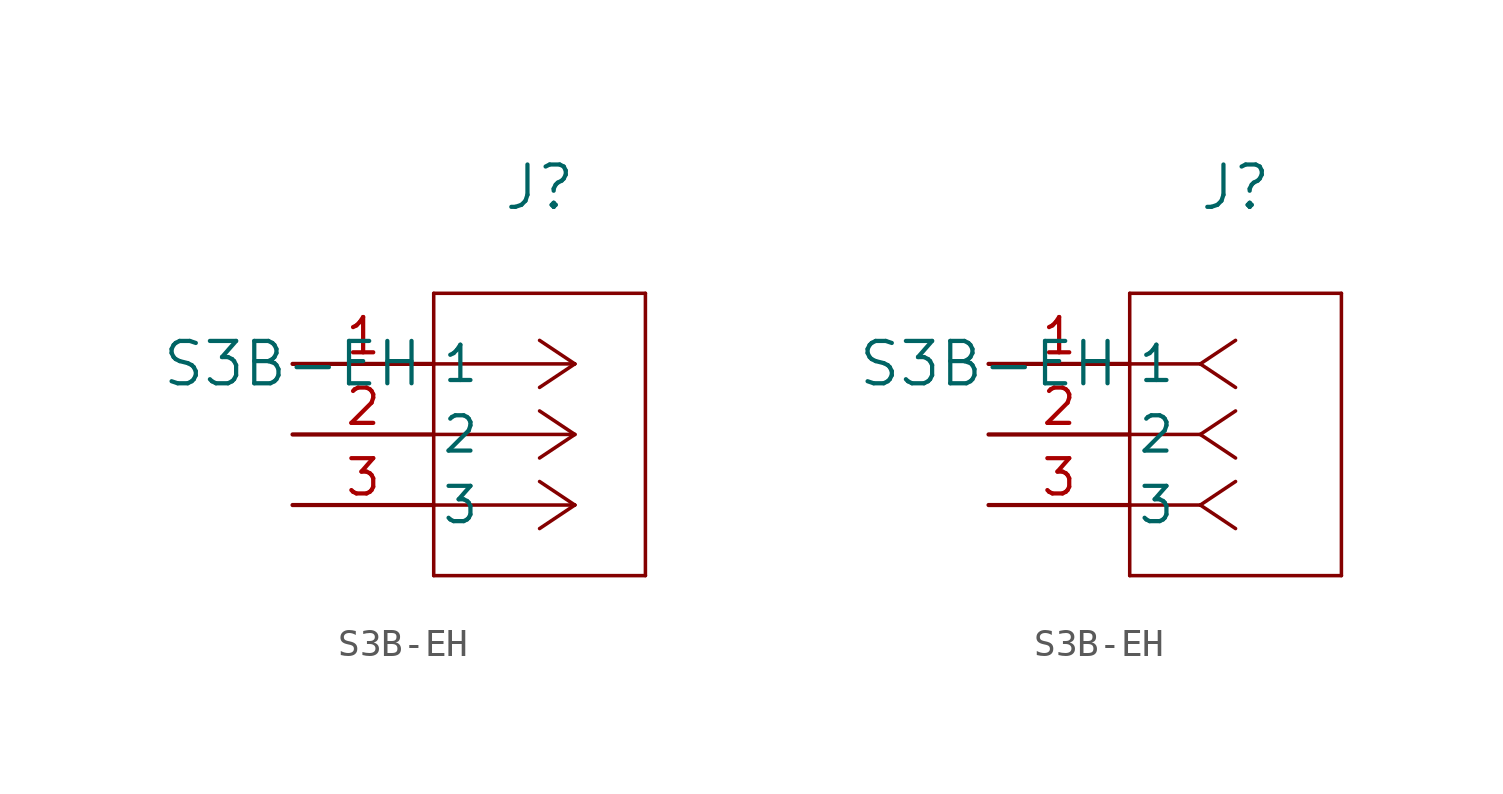
<source format=kicad_sym>
(kicad_symbol_lib
  (version 20231120)
  (generator "kicad_symbol_editor")
  (generator_version "8.0")
  (symbol "S3B-EH"
    (pin_names
      (offset 0.254))
    (property "Reference" "J"
      (at 8.89 6.35 0)
      (effects (font (size 1.524 1.524))))
    (property "Value" "S3B-EH"
      (at 0 0 0)
      (effects (font (size 1.524 1.524))))
    (symbol "S3B-EH_1_1"
      (polyline (pts (xy 5.08 -7.62) (xy 12.7 -7.62)) (stroke (width 0.127) (type default)) (fill (type none)))
      (polyline (pts (xy 5.08 2.54) (xy 5.08 -7.62)) (stroke (width 0.127) (type default)) (fill (type none)))
      (polyline (pts (xy 10.16 -5.08) (xy 5.08 -5.08)) (stroke (width 0.127) (type default)) (fill (type none)))
      (polyline (pts (xy 10.16 -5.08) (xy 8.89 -5.927)) (stroke (width 0.127) (type default)) (fill (type none)))
      (polyline (pts (xy 10.16 -5.08) (xy 8.89 -4.233)) (stroke (width 0.127) (type default)) (fill (type none)))
      (polyline (pts (xy 10.16 -2.54) (xy 5.08 -2.54)) (stroke (width 0.127) (type default)) (fill (type none)))
      (polyline (pts (xy 10.16 -2.54) (xy 8.89 -3.387)) (stroke (width 0.127) (type default)) (fill (type none)))
      (polyline (pts (xy 10.16 -2.54) (xy 8.89 -1.693)) (stroke (width 0.127) (type default)) (fill (type none)))
      (polyline (pts (xy 10.16 0) (xy 5.08 0)) (stroke (width 0.127) (type default)) (fill (type none)))
      (polyline (pts (xy 10.16 0) (xy 8.89 -0.847)) (stroke (width 0.127) (type default)) (fill (type none)))
      (polyline (pts (xy 10.16 0) (xy 8.89 0.847)) (stroke (width 0.127) (type default)) (fill (type none)))
      (polyline (pts (xy 12.7 -7.62) (xy 12.7 2.54)) (stroke (width 0.127) (type default)) (fill (type none)))
      (polyline (pts (xy 12.7 2.54) (xy 5.08 2.54)) (stroke (width 0.127) (type default)) (fill (type none)))
      (pin unspecified line (at 0 0 0) (length 5.08) (name "1" (effects (font (size 1.27 1.27)))) (number "1" (effects (font (size 1.27 1.27)))))
      (pin unspecified line (at 0 -2.54 0) (length 5.08) (name "2" (effects (font (size 1.27 1.27)))) (number "2" (effects (font (size 1.27 1.27)))))
      (pin unspecified line (at 0 -5.08 0) (length 5.08) (name "3" (effects (font (size 1.27 1.27)))) (number "3" (effects (font (size 1.27 1.27))))))
    (symbol "S3B-EH_1_2"
      (polyline (pts (xy 5.08 -7.62) (xy 12.7 -7.62)) (stroke (width 0.127) (type default)) (fill (type none)))
      (polyline (pts (xy 5.08 2.54) (xy 5.08 -7.62)) (stroke (width 0.127) (type default)) (fill (type none)))
      (polyline (pts (xy 7.62 -5.08) (xy 5.08 -5.08)) (stroke (width 0.127) (type default)) (fill (type none)))
      (polyline (pts (xy 7.62 -5.08) (xy 8.89 -5.927)) (stroke (width 0.127) (type default)) (fill (type none)))
      (polyline (pts (xy 7.62 -5.08) (xy 8.89 -4.233)) (stroke (width 0.127) (type default)) (fill (type none)))
      (polyline (pts (xy 7.62 -2.54) (xy 5.08 -2.54)) (stroke (width 0.127) (type default)) (fill (type none)))
      (polyline (pts (xy 7.62 -2.54) (xy 8.89 -3.387)) (stroke (width 0.127) (type default)) (fill (type none)))
      (polyline (pts (xy 7.62 -2.54) (xy 8.89 -1.693)) (stroke (width 0.127) (type default)) (fill (type none)))
      (polyline (pts (xy 7.62 0) (xy 5.08 0)) (stroke (width 0.127) (type default)) (fill (type none)))
      (polyline (pts (xy 7.62 0) (xy 8.89 -0.847)) (stroke (width 0.127) (type default)) (fill (type none)))
      (polyline (pts (xy 7.62 0) (xy 8.89 0.847)) (stroke (width 0.127) (type default)) (fill (type none)))
      (polyline (pts (xy 12.7 -7.62) (xy 12.7 2.54)) (stroke (width 0.127) (type default)) (fill (type none)))
      (polyline (pts (xy 12.7 2.54) (xy 5.08 2.54)) (stroke (width 0.127) (type default)) (fill (type none)))
      (pin unspecified line (at 0 0 0) (length 5.08) (name "1" (effects (font (size 1.27 1.27)))) (number "1" (effects (font (size 1.27 1.27)))))
      (pin unspecified line (at 0 -2.54 0) (length 5.08) (name "2" (effects (font (size 1.27 1.27)))) (number "2" (effects (font (size 1.27 1.27)))))
      (pin unspecified line (at 0 -5.08 0) (length 5.08) (name "3" (effects (font (size 1.27 1.27)))) (number "3" (effects (font (size 1.27 1.27))))))))
</source>
